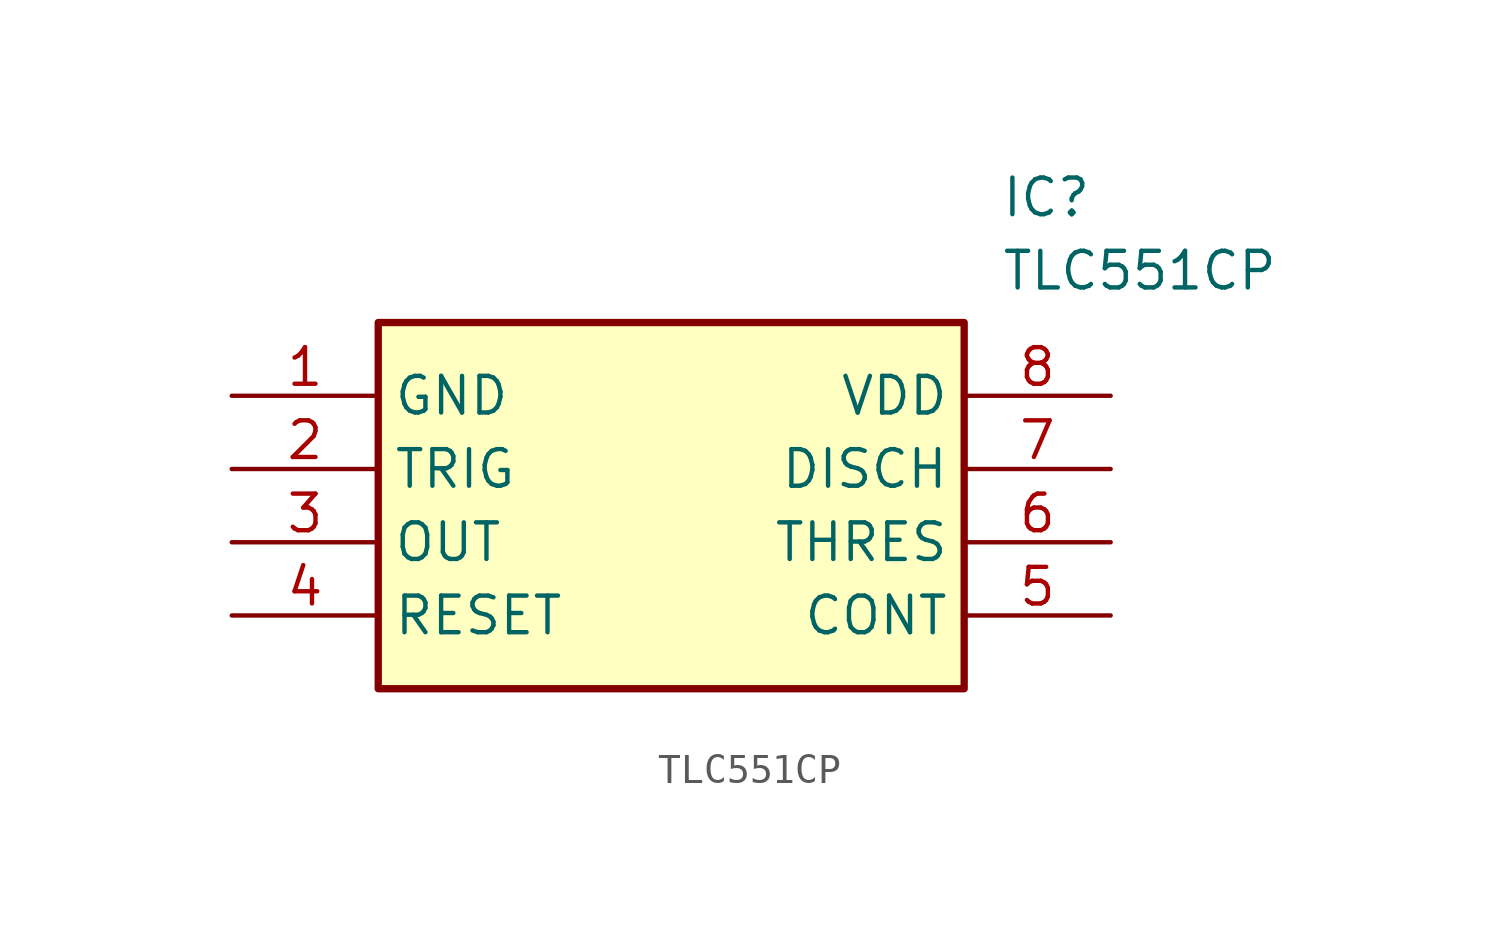
<source format=kicad_sym>
(kicad_symbol_lib
  (version 20211014)
  (generator SamacSys_ECAD_Model)
  (symbol "TLC551CP"
    (property "Reference" "IC"
      (at 26.67 7.62 0)
      (effects (font (size 1.27 1.27)) (justify left top)))
    (property "Value" "TLC551CP"
      (at 26.67 5.08 0)
      (effects (font (size 1.27 1.27)) (justify left top)))
    (rectangle
      (start 5.08 2.54)
      (end 25.4 -10.16)
      (stroke (width 0.254) (type default))
      (fill (type background)))
    (pin passive line
      (at 0 0 0)
      (length 5.08)
      (name "GND" (effects (font (size 1.27 1.27))))
      (number "1" (effects (font (size 1.27 1.27)))))
    (pin passive line
      (at 0 -2.54 0)
      (length 5.08)
      (name "TRIG" (effects (font (size 1.27 1.27))))
      (number "2" (effects (font (size 1.27 1.27)))))
    (pin passive line
      (at 0 -5.08 0)
      (length 5.08)
      (name "OUT" (effects (font (size 1.27 1.27))))
      (number "3" (effects (font (size 1.27 1.27)))))
    (pin passive line
      (at 0 -7.62 0)
      (length 5.08)
      (name "RESET" (effects (font (size 1.27 1.27))))
      (number "4" (effects (font (size 1.27 1.27)))))
    (pin passive line
      (at 30.48 0 180)
      (length 5.08)
      (name "VDD" (effects (font (size 1.27 1.27))))
      (number "8" (effects (font (size 1.27 1.27)))))
    (pin passive line
      (at 30.48 -2.54 180)
      (length 5.08)
      (name "DISCH" (effects (font (size 1.27 1.27))))
      (number "7" (effects (font (size 1.27 1.27)))))
    (pin passive line
      (at 30.48 -5.08 180)
      (length 5.08)
      (name "THRES" (effects (font (size 1.27 1.27))))
      (number "6" (effects (font (size 1.27 1.27)))))
    (pin passive line
      (at 30.48 -7.62 180)
      (length 5.08)
      (name "CONT" (effects (font (size 1.27 1.27))))
      (number "5" (effects (font (size 1.27 1.27)))))))
</source>
